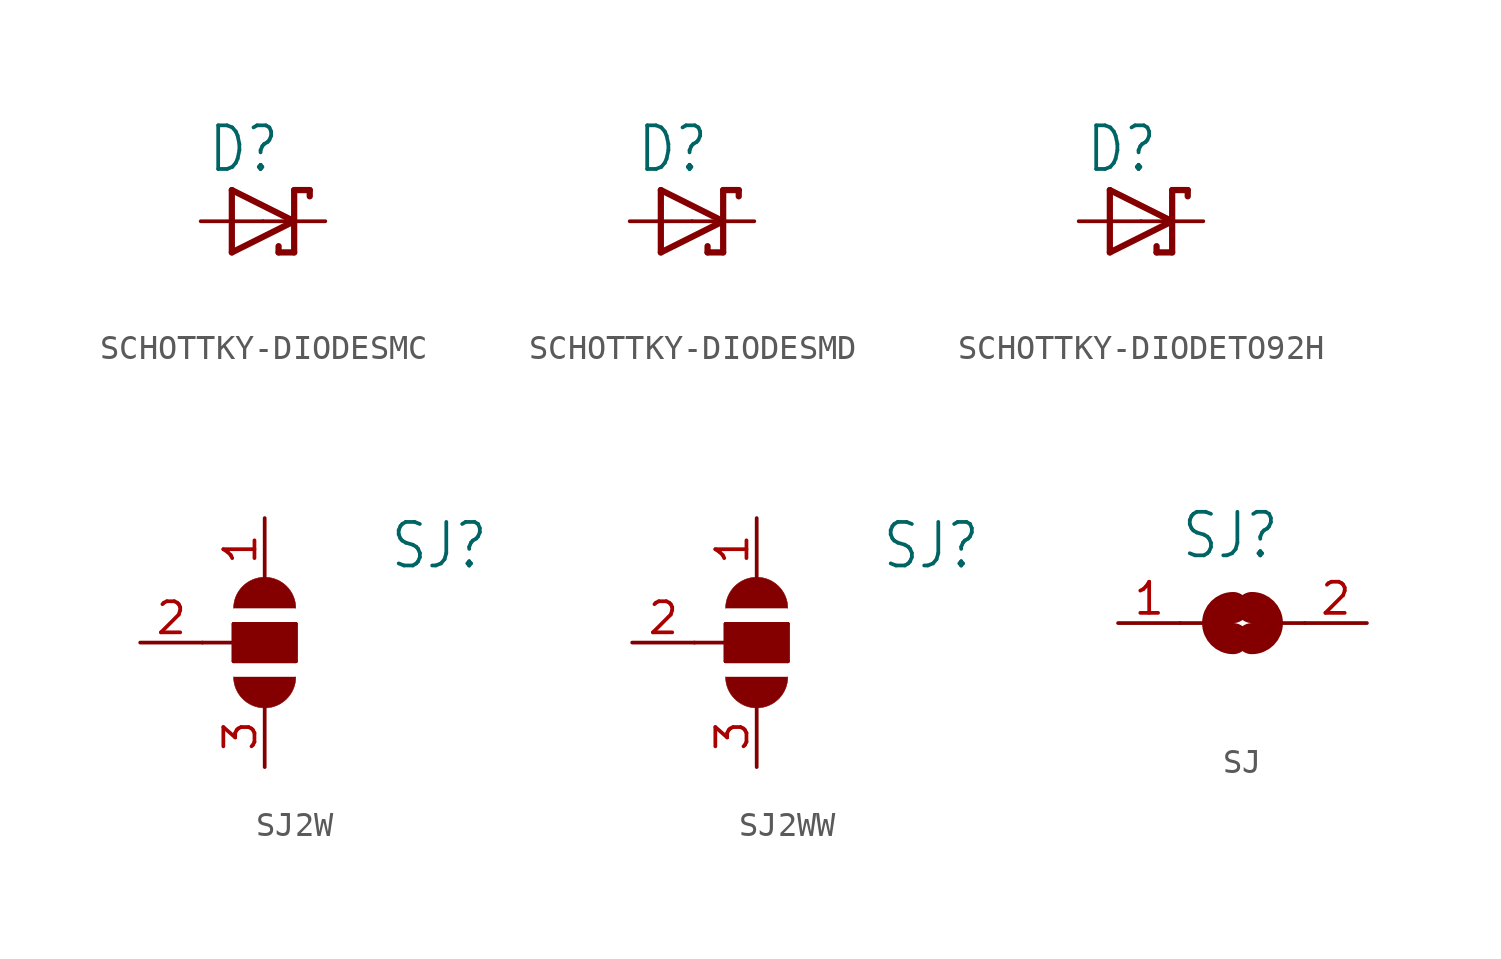
<source format=kicad_sym>
(kicad_symbol_lib
  (version 20231120)
  (generator "kicad_symbol_editor")
  (generator_version "8.0")
  (symbol "SCHOTTKY-DIODESMC"
    (property "Reference" "D"
      (at -2.286 1.905 0)
      (effects (font (size 1.778 1.511)) (justify left bottom)))
    (property "Value" ""
      (at -2.286 -3.429 0)
      (effects (font (size 1.778 1.511)) (justify left bottom)))
    (property "ki_locked" ""
      (at 0 0 0)
      (effects (font (size 1.27 1.27))))
    (symbol "SCHOTTKY-DIODESMC_1_0"
      (polyline (pts (xy -1.27 -1.27) (xy 1.27 0)) (stroke (width 0.254) (type solid)) (fill (type none)))
      (polyline (pts (xy -1.27 1.27) (xy -1.27 -1.27)) (stroke (width 0.254) (type solid)) (fill (type none)))
      (polyline (pts (xy 0.635 -1.016) (xy 0.635 -1.27)) (stroke (width 0.254) (type solid)) (fill (type none)))
      (polyline (pts (xy 1.27 -1.27) (xy 0.635 -1.27)) (stroke (width 0.254) (type solid)) (fill (type none)))
      (polyline (pts (xy 1.27 0) (xy -1.27 1.27)) (stroke (width 0.254) (type solid)) (fill (type none)))
      (polyline (pts (xy 1.27 0) (xy 1.27 -1.27)) (stroke (width 0.254) (type solid)) (fill (type none)))
      (polyline (pts (xy 1.27 1.27) (xy 1.27 0)) (stroke (width 0.254) (type solid)) (fill (type none)))
      (polyline (pts (xy 1.905 1.27) (xy 1.27 1.27)) (stroke (width 0.254) (type solid)) (fill (type none)))
      (polyline (pts (xy 1.905 1.27) (xy 1.905 1.016)) (stroke (width 0.254) (type solid)) (fill (type none)))
      (pin passive line (at -2.54 0 0) (length 2.54) (name "A" (effects (font (size 0 0)))) (number "A" (effects (font (size 0 0)))))
      (pin passive line (at 2.54 0 180) (length 2.54) (name "C" (effects (font (size 0 0)))) (number "C" (effects (font (size 0 0)))))))
  (symbol "SCHOTTKY-DIODESMD"
    (property "Reference" "D"
      (at -2.286 1.905 0)
      (effects (font (size 1.778 1.511)) (justify left bottom)))
    (property "Value" ""
      (at -2.286 -3.429 0)
      (effects (font (size 1.778 1.511)) (justify left bottom)))
    (property "ki_locked" ""
      (at 0 0 0)
      (effects (font (size 1.27 1.27))))
    (symbol "SCHOTTKY-DIODESMD_1_0"
      (polyline (pts (xy -1.27 -1.27) (xy 1.27 0)) (stroke (width 0.254) (type solid)) (fill (type none)))
      (polyline (pts (xy -1.27 1.27) (xy -1.27 -1.27)) (stroke (width 0.254) (type solid)) (fill (type none)))
      (polyline (pts (xy 0.635 -1.016) (xy 0.635 -1.27)) (stroke (width 0.254) (type solid)) (fill (type none)))
      (polyline (pts (xy 1.27 -1.27) (xy 0.635 -1.27)) (stroke (width 0.254) (type solid)) (fill (type none)))
      (polyline (pts (xy 1.27 0) (xy -1.27 1.27)) (stroke (width 0.254) (type solid)) (fill (type none)))
      (polyline (pts (xy 1.27 0) (xy 1.27 -1.27)) (stroke (width 0.254) (type solid)) (fill (type none)))
      (polyline (pts (xy 1.27 1.27) (xy 1.27 0)) (stroke (width 0.254) (type solid)) (fill (type none)))
      (polyline (pts (xy 1.905 1.27) (xy 1.27 1.27)) (stroke (width 0.254) (type solid)) (fill (type none)))
      (polyline (pts (xy 1.905 1.27) (xy 1.905 1.016)) (stroke (width 0.254) (type solid)) (fill (type none)))
      (pin passive line (at -2.54 0 0) (length 2.54) (name "A" (effects (font (size 0 0)))) (number "A" (effects (font (size 0 0)))))
      (pin passive line (at 2.54 0 180) (length 2.54) (name "C" (effects (font (size 0 0)))) (number "C" (effects (font (size 0 0)))))))
  (symbol "SCHOTTKY-DIODETO92H"
    (property "Reference" "D"
      (at -2.286 1.905 0)
      (effects (font (size 1.778 1.511)) (justify left bottom)))
    (property "Value" ""
      (at -2.286 -3.429 0)
      (effects (font (size 1.778 1.511)) (justify left bottom)))
    (property "ki_locked" ""
      (at 0 0 0)
      (effects (font (size 1.27 1.27))))
    (symbol "SCHOTTKY-DIODETO92H_1_0"
      (polyline (pts (xy -1.27 -1.27) (xy 1.27 0)) (stroke (width 0.254) (type solid)) (fill (type none)))
      (polyline (pts (xy -1.27 1.27) (xy -1.27 -1.27)) (stroke (width 0.254) (type solid)) (fill (type none)))
      (polyline (pts (xy 0.635 -1.016) (xy 0.635 -1.27)) (stroke (width 0.254) (type solid)) (fill (type none)))
      (polyline (pts (xy 1.27 -1.27) (xy 0.635 -1.27)) (stroke (width 0.254) (type solid)) (fill (type none)))
      (polyline (pts (xy 1.27 0) (xy -1.27 1.27)) (stroke (width 0.254) (type solid)) (fill (type none)))
      (polyline (pts (xy 1.27 0) (xy 1.27 -1.27)) (stroke (width 0.254) (type solid)) (fill (type none)))
      (polyline (pts (xy 1.27 1.27) (xy 1.27 0)) (stroke (width 0.254) (type solid)) (fill (type none)))
      (polyline (pts (xy 1.905 1.27) (xy 1.27 1.27)) (stroke (width 0.254) (type solid)) (fill (type none)))
      (polyline (pts (xy 1.905 1.27) (xy 1.905 1.016)) (stroke (width 0.254) (type solid)) (fill (type none)))
      (pin passive line (at -2.54 0 0) (length 2.54) (name "A" (effects (font (size 0 0)))) (number "1" (effects (font (size 0 0)))))
      (pin passive line (at 2.54 0 180) (length 2.54) (name "C" (effects (font (size 0 0)))) (number "2" (effects (font (size 0 0)))))))
  (symbol "SJ2W"
    (property "Reference" "SJ"
      (at 5.08 2.921 0)
      (effects (font (size 1.778 1.511)) (justify left bottom)))
    (property "Value" ""
      (at 5.08 0.635 0)
      (effects (font (size 1.778 1.511)) (justify left bottom)))
    (property "ki_locked" ""
      (at 0 0 0)
      (effects (font (size 1.27 1.27))))
    (symbol "SJ2W_1_0"
      (arc (start -1.27 -1.397) (mid 0 -2.667) (end 1.27 -1.397) (stroke (width 0.0001) (type solid)) (fill (type outline)))
      (rectangle (start -1.27 -0.762) (end 1.27 0.762) (stroke (width 0) (type default)) (fill (type outline)))
      (polyline (pts (xy -2.54 0) (xy 0 0)) (stroke (width 0.152) (type solid)) (fill (type none)))
      (polyline (pts (xy -1.27 -0.762) (xy 1.27 -0.762)) (stroke (width 0.152) (type solid)) (fill (type none)))
      (polyline (pts (xy -1.27 0.762) (xy -1.27 -0.762)) (stroke (width 0.152) (type solid)) (fill (type none)))
      (polyline (pts (xy 1.27 -0.762) (xy 1.27 0.762)) (stroke (width 0.152) (type solid)) (fill (type none)))
      (polyline (pts (xy 1.27 0.762) (xy -1.27 0.762)) (stroke (width 0.152) (type solid)) (fill (type none)))
      (arc (start 1.27 1.397) (mid 0 2.667) (end -1.27 1.397) (stroke (width 0.0001) (type solid)) (fill (type outline)))
      (pin passive line (at 0 5.08 270) (length 2.54) (name "1" (effects (font (size 0 0)))) (number "1" (effects (font (size 1.27 1.27)))))
      (pin passive line (at -5.08 0 0) (length 2.54) (name "2" (effects (font (size 0 0)))) (number "2" (effects (font (size 1.27 1.27)))))
      (pin passive line (at 0 -5.08 90) (length 2.54) (name "3" (effects (font (size 0 0)))) (number "3" (effects (font (size 1.27 1.27)))))))
  (symbol "SJ2WW"
    (property "Reference" "SJ"
      (at 5.08 2.921 0)
      (effects (font (size 1.778 1.511)) (justify left bottom)))
    (property "Value" ""
      (at 5.08 0.635 0)
      (effects (font (size 1.778 1.511)) (justify left bottom)))
    (property "ki_locked" ""
      (at 0 0 0)
      (effects (font (size 1.27 1.27))))
    (symbol "SJ2WW_1_0"
      (arc (start -1.27 -1.397) (mid 0 -2.667) (end 1.27 -1.397) (stroke (width 0.0001) (type solid)) (fill (type outline)))
      (rectangle (start -1.27 -0.762) (end 1.27 0.762) (stroke (width 0) (type default)) (fill (type outline)))
      (polyline (pts (xy -2.54 0) (xy 0 0)) (stroke (width 0.152) (type solid)) (fill (type none)))
      (polyline (pts (xy -1.27 -0.762) (xy 1.27 -0.762)) (stroke (width 0.152) (type solid)) (fill (type none)))
      (polyline (pts (xy -1.27 0.762) (xy -1.27 -0.762)) (stroke (width 0.152) (type solid)) (fill (type none)))
      (polyline (pts (xy 1.27 -0.762) (xy 1.27 0.762)) (stroke (width 0.152) (type solid)) (fill (type none)))
      (polyline (pts (xy 1.27 0.762) (xy -1.27 0.762)) (stroke (width 0.152) (type solid)) (fill (type none)))
      (arc (start 1.27 1.397) (mid 0 2.667) (end -1.27 1.397) (stroke (width 0.0001) (type solid)) (fill (type outline)))
      (pin passive line (at 0 5.08 270) (length 2.54) (name "1" (effects (font (size 0 0)))) (number "1" (effects (font (size 1.27 1.27)))))
      (pin passive line (at -5.08 0 0) (length 2.54) (name "2" (effects (font (size 0 0)))) (number "2" (effects (font (size 1.27 1.27)))))
      (pin passive line (at 0 -5.08 90) (length 2.54) (name "3" (effects (font (size 0 0)))) (number "3" (effects (font (size 1.27 1.27)))))))
  (symbol "SJ"
    (property "Reference" "SJ"
      (at -2.54 2.54 0)
      (effects (font (size 1.778 1.511)) (justify left bottom)))
    (property "Value" ""
      (at -2.54 -3.81 0)
      (effects (font (size 1.778 1.511)) (justify left bottom)))
    (property "ki_locked" ""
      (at 0 0 0)
      (effects (font (size 1.27 1.27))))
    (symbol "SJ_1_0"
      (arc (start -0.3808 0.635) (mid -1.0159 0.0001) (end -0.381 -0.635) (stroke (width 1.27) (type solid)) (fill (type none)))
      (polyline (pts (xy -2.54 0) (xy -1.651 0)) (stroke (width 0.152) (type solid)) (fill (type none)))
      (polyline (pts (xy 2.54 0) (xy 1.651 0)) (stroke (width 0.152) (type solid)) (fill (type none)))
      (arc (start 0.3808 -0.635) (mid 1.0159 -0.0001) (end 0.381 0.635) (stroke (width 1.27) (type solid)) (fill (type none)))
      (pin passive line (at -5.08 0 0) (length 2.54) (name "1" (effects (font (size 0 0)))) (number "1" (effects (font (size 1.27 1.27)))))
      (pin passive line (at 5.08 0 180) (length 2.54) (name "2" (effects (font (size 0 0)))) (number "2" (effects (font (size 1.27 1.27))))))))
</source>
